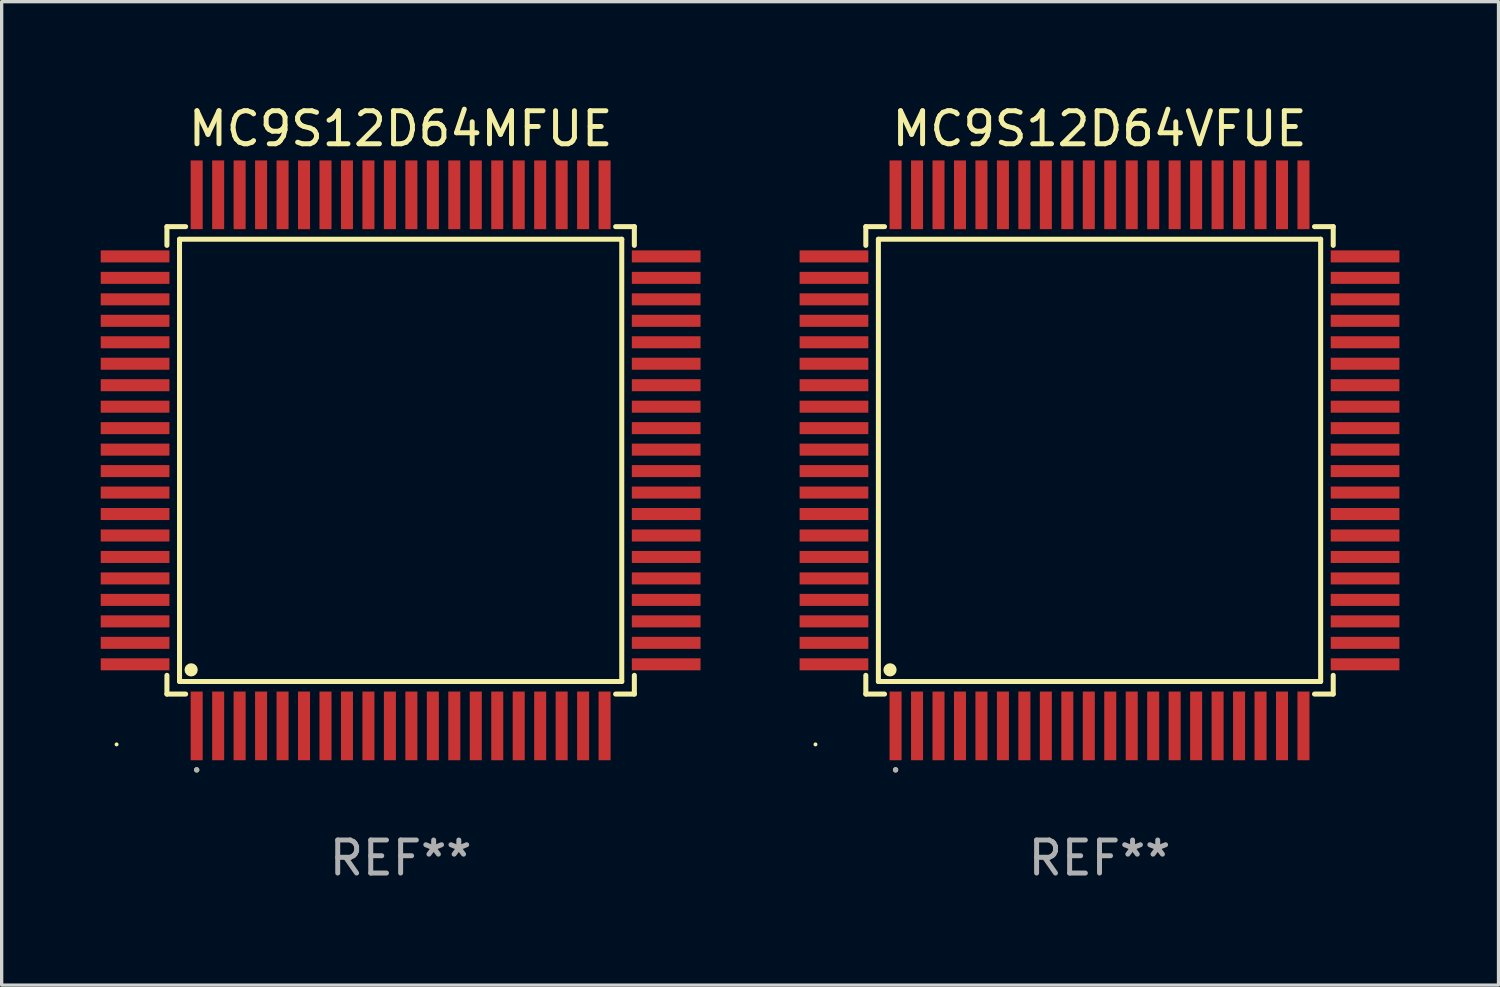
<source format=kicad_pcb>
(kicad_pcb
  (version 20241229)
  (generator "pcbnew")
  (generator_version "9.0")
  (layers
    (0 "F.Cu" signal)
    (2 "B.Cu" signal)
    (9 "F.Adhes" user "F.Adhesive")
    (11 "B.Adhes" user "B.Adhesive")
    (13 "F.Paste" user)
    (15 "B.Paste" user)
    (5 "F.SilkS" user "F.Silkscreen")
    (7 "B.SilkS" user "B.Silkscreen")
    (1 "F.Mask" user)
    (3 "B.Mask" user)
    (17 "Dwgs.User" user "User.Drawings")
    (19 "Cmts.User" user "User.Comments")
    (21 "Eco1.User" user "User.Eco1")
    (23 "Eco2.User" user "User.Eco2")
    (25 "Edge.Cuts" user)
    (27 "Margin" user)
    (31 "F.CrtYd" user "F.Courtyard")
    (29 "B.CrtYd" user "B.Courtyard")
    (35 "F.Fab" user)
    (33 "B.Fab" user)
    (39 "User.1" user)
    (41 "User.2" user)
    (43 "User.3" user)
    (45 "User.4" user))
  (footprint "MC9S12D64VFUE"
    (layer "F.Cu")
    (at 30.24 10.888)
    (property "Reference" "MC9S12D64VFUE" (at 0 -10.04 0) (layer "F.SilkS") (effects (font (size 1 1) (thickness 0.15))))
    (attr through_hole)
    (fp_line (start -7.076 -7.076) (end -7.076 -6.509) (stroke (width 0.152) (type solid)) (layer "F.SilkS"))
    (fp_line (start -7.076 7.076) (end -7.076 6.509) (stroke (width 0.152) (type solid)) (layer "F.SilkS"))
    (fp_line (start -6.695 -6.695) (end 6.695 -6.695) (stroke (width 0.152) (type solid)) (layer "F.SilkS"))
    (fp_line (start -6.695 6.695) (end -6.695 -6.695) (stroke (width 0.152) (type solid)) (layer "F.SilkS"))
    (fp_line (start -6.509 -7.076) (end -7.076 -7.076) (stroke (width 0.152) (type solid)) (layer "F.SilkS"))
    (fp_line (start -6.509 7.076) (end -7.076 7.076) (stroke (width 0.152) (type solid)) (layer "F.SilkS"))
    (fp_line (start 6.509 -7.076) (end 7.076 -7.076) (stroke (width 0.152) (type solid)) (layer "F.SilkS"))
    (fp_line (start 6.509 7.076) (end 7.076 7.076) (stroke (width 0.152) (type solid)) (layer "F.SilkS"))
    (fp_line (start 6.695 -6.695) (end 6.695 6.695) (stroke (width 0.152) (type solid)) (layer "F.SilkS"))
    (fp_line (start 6.695 6.695) (end -6.695 6.695) (stroke (width 0.152) (type solid)) (layer "F.SilkS"))
    (fp_line (start 7.076 -7.076) (end 7.076 -6.509) (stroke (width 0.152) (type solid)) (layer "F.SilkS"))
    (fp_line (start 7.076 7.076) (end 7.076 6.509) (stroke (width 0.152) (type solid)) (layer "F.SilkS"))
    (fp_circle (center -8.6 8.6) (end -8.57 8.6) (stroke (width 0.06) (type solid)) (fill no) (layer "F.SilkS"))
    (fp_circle (center -6.343 6.343) (end -6.243 6.343) (stroke (width 0.2) (type solid)) (fill no) (layer "F.SilkS"))
    (fp_circle (center -6.175 9.371) (end -6.135 9.371) (stroke (width 0.08) (type solid)) (fill no) (layer "F.SilkS"))
    (fp_circle (center -6.175 9.371) (end -6.135 9.371) (stroke (width 0.08) (type solid)) (fill no) (layer "F.Fab"))
    (fp_text user "REF**" (at 0 12.04 0) (layer "F.Fab") (effects (font (size 1 1) (thickness 0.15))))
    (pad "1" smd rect (at -6.175 8.04) (size 0.364 2.08) (layers "F.Cu" "F.Mask" "F.Paste"))
    (pad "2" smd rect (at -5.525 8.04) (size 0.364 2.08) (layers "F.Cu" "F.Mask" "F.Paste"))
    (pad "3" smd rect (at -4.875 8.04) (size 0.364 2.08) (layers "F.Cu" "F.Mask" "F.Paste"))
    (pad "4" smd rect (at -4.225 8.04) (size 0.364 2.08) (layers "F.Cu" "F.Mask" "F.Paste"))
    (pad "5" smd rect (at -3.575 8.04) (size 0.364 2.08) (layers "F.Cu" "F.Mask" "F.Paste"))
    (pad "6" smd rect (at -2.925 8.04) (size 0.364 2.08) (layers "F.Cu" "F.Mask" "F.Paste"))
    (pad "7" smd rect (at -2.275 8.04) (size 0.364 2.08) (layers "F.Cu" "F.Mask" "F.Paste"))
    (pad "8" smd rect (at -1.625 8.04) (size 0.364 2.08) (layers "F.Cu" "F.Mask" "F.Paste"))
    (pad "9" smd rect (at -0.975 8.04) (size 0.364 2.08) (layers "F.Cu" "F.Mask" "F.Paste"))
    (pad "10" smd rect (at -0.325 8.04) (size 0.364 2.08) (layers "F.Cu" "F.Mask" "F.Paste"))
    (pad "11" smd rect (at 0.325 8.04) (size 0.364 2.08) (layers "F.Cu" "F.Mask" "F.Paste"))
    (pad "12" smd rect (at 0.975 8.04) (size 0.364 2.08) (layers "F.Cu" "F.Mask" "F.Paste"))
    (pad "13" smd rect (at 1.625 8.04) (size 0.364 2.08) (layers "F.Cu" "F.Mask" "F.Paste"))
    (pad "14" smd rect (at 2.275 8.04) (size 0.364 2.08) (layers "F.Cu" "F.Mask" "F.Paste"))
    (pad "15" smd rect (at 2.925 8.04) (size 0.364 2.08) (layers "F.Cu" "F.Mask" "F.Paste"))
    (pad "16" smd rect (at 3.575 8.04) (size 0.364 2.08) (layers "F.Cu" "F.Mask" "F.Paste"))
    (pad "17" smd rect (at 4.225 8.04) (size 0.364 2.08) (layers "F.Cu" "F.Mask" "F.Paste"))
    (pad "18" smd rect (at 4.875 8.04) (size 0.364 2.08) (layers "F.Cu" "F.Mask" "F.Paste"))
    (pad "19" smd rect (at 5.525 8.04) (size 0.364 2.08) (layers "F.Cu" "F.Mask" "F.Paste"))
    (pad "20" smd rect (at 6.175 8.04) (size 0.364 2.08) (layers "F.Cu" "F.Mask" "F.Paste"))
    (pad "21" smd rect (at 8.04 6.175) (size 2.08 0.364) (layers "F.Cu" "F.Mask" "F.Paste"))
    (pad "22" smd rect (at 8.04 5.525) (size 2.08 0.364) (layers "F.Cu" "F.Mask" "F.Paste"))
    (pad "23" smd rect (at 8.04 4.875) (size 2.08 0.364) (layers "F.Cu" "F.Mask" "F.Paste"))
    (pad "24" smd rect (at 8.04 4.225) (size 2.08 0.364) (layers "F.Cu" "F.Mask" "F.Paste"))
    (pad "25" smd rect (at 8.04 3.575) (size 2.08 0.364) (layers "F.Cu" "F.Mask" "F.Paste"))
    (pad "26" smd rect (at 8.04 2.925) (size 2.08 0.364) (layers "F.Cu" "F.Mask" "F.Paste"))
    (pad "27" smd rect (at 8.04 2.275) (size 2.08 0.364) (layers "F.Cu" "F.Mask" "F.Paste"))
    (pad "28" smd rect (at 8.04 1.625) (size 2.08 0.364) (layers "F.Cu" "F.Mask" "F.Paste"))
    (pad "29" smd rect (at 8.04 0.975) (size 2.08 0.364) (layers "F.Cu" "F.Mask" "F.Paste"))
    (pad "30" smd rect (at 8.04 0.325) (size 2.08 0.364) (layers "F.Cu" "F.Mask" "F.Paste"))
    (pad "31" smd rect (at 8.04 -0.325) (size 2.08 0.364) (layers "F.Cu" "F.Mask" "F.Paste"))
    (pad "32" smd rect (at 8.04 -0.975) (size 2.08 0.364) (layers "F.Cu" "F.Mask" "F.Paste"))
    (pad "33" smd rect (at 8.04 -1.625) (size 2.08 0.364) (layers "F.Cu" "F.Mask" "F.Paste"))
    (pad "34" smd rect (at 8.04 -2.275) (size 2.08 0.364) (layers "F.Cu" "F.Mask" "F.Paste"))
    (pad "35" smd rect (at 8.04 -2.925) (size 2.08 0.364) (layers "F.Cu" "F.Mask" "F.Paste"))
    (pad "36" smd rect (at 8.04 -3.575) (size 2.08 0.364) (layers "F.Cu" "F.Mask" "F.Paste"))
    (pad "37" smd rect (at 8.04 -4.225) (size 2.08 0.364) (layers "F.Cu" "F.Mask" "F.Paste"))
    (pad "38" smd rect (at 8.04 -4.875) (size 2.08 0.364) (layers "F.Cu" "F.Mask" "F.Paste"))
    (pad "39" smd rect (at 8.04 -5.525) (size 2.08 0.364) (layers "F.Cu" "F.Mask" "F.Paste"))
    (pad "40" smd rect (at 8.04 -6.175) (size 2.08 0.364) (layers "F.Cu" "F.Mask" "F.Paste"))
    (pad "41" smd rect (at 6.175 -8.04) (size 0.364 2.08) (layers "F.Cu" "F.Mask" "F.Paste"))
    (pad "42" smd rect (at 5.525 -8.04) (size 0.364 2.08) (layers "F.Cu" "F.Mask" "F.Paste"))
    (pad "43" smd rect (at 4.875 -8.04) (size 0.364 2.08) (layers "F.Cu" "F.Mask" "F.Paste"))
    (pad "44" smd rect (at 4.225 -8.04) (size 0.364 2.08) (layers "F.Cu" "F.Mask" "F.Paste"))
    (pad "45" smd rect (at 3.575 -8.04) (size 0.364 2.08) (layers "F.Cu" "F.Mask" "F.Paste"))
    (pad "46" smd rect (at 2.925 -8.04) (size 0.364 2.08) (layers "F.Cu" "F.Mask" "F.Paste"))
    (pad "47" smd rect (at 2.275 -8.04) (size 0.364 2.08) (layers "F.Cu" "F.Mask" "F.Paste"))
    (pad "48" smd rect (at 1.625 -8.04) (size 0.364 2.08) (layers "F.Cu" "F.Mask" "F.Paste"))
    (pad "49" smd rect (at 0.975 -8.04) (size 0.364 2.08) (layers "F.Cu" "F.Mask" "F.Paste"))
    (pad "50" smd rect (at 0.325 -8.04) (size 0.364 2.08) (layers "F.Cu" "F.Mask" "F.Paste"))
    (pad "51" smd rect (at -0.325 -8.04) (size 0.364 2.08) (layers "F.Cu" "F.Mask" "F.Paste"))
    (pad "52" smd rect (at -0.975 -8.04) (size 0.364 2.08) (layers "F.Cu" "F.Mask" "F.Paste"))
    (pad "53" smd rect (at -1.625 -8.04) (size 0.364 2.08) (layers "F.Cu" "F.Mask" "F.Paste"))
    (pad "54" smd rect (at -2.275 -8.04) (size 0.364 2.08) (layers "F.Cu" "F.Mask" "F.Paste"))
    (pad "55" smd rect (at -2.925 -8.04) (size 0.364 2.08) (layers "F.Cu" "F.Mask" "F.Paste"))
    (pad "56" smd rect (at -3.575 -8.04) (size 0.364 2.08) (layers "F.Cu" "F.Mask" "F.Paste"))
    (pad "57" smd rect (at -4.225 -8.04) (size 0.364 2.08) (layers "F.Cu" "F.Mask" "F.Paste"))
    (pad "58" smd rect (at -4.875 -8.04) (size 0.364 2.08) (layers "F.Cu" "F.Mask" "F.Paste"))
    (pad "59" smd rect (at -5.525 -8.04) (size 0.364 2.08) (layers "F.Cu" "F.Mask" "F.Paste"))
    (pad "60" smd rect (at -6.175 -8.04) (size 0.364 2.08) (layers "F.Cu" "F.Mask" "F.Paste"))
    (pad "61" smd rect (at -8.04 -6.175) (size 2.08 0.364) (layers "F.Cu" "F.Mask" "F.Paste"))
    (pad "62" smd rect (at -8.04 -5.525) (size 2.08 0.364) (layers "F.Cu" "F.Mask" "F.Paste"))
    (pad "63" smd rect (at -8.04 -4.875) (size 2.08 0.364) (layers "F.Cu" "F.Mask" "F.Paste"))
    (pad "64" smd rect (at -8.04 -4.225) (size 2.08 0.364) (layers "F.Cu" "F.Mask" "F.Paste"))
    (pad "65" smd rect (at -8.04 -3.575) (size 2.08 0.364) (layers "F.Cu" "F.Mask" "F.Paste"))
    (pad "66" smd rect (at -8.04 -2.925) (size 2.08 0.364) (layers "F.Cu" "F.Mask" "F.Paste"))
    (pad "67" smd rect (at -8.04 -2.275) (size 2.08 0.364) (layers "F.Cu" "F.Mask" "F.Paste"))
    (pad "68" smd rect (at -8.04 -1.625) (size 2.08 0.364) (layers "F.Cu" "F.Mask" "F.Paste"))
    (pad "69" smd rect (at -8.04 -0.975) (size 2.08 0.364) (layers "F.Cu" "F.Mask" "F.Paste"))
    (pad "70" smd rect (at -8.04 -0.325) (size 2.08 0.364) (layers "F.Cu" "F.Mask" "F.Paste"))
    (pad "71" smd rect (at -8.04 0.325) (size 2.08 0.364) (layers "F.Cu" "F.Mask" "F.Paste"))
    (pad "72" smd rect (at -8.04 0.975) (size 2.08 0.364) (layers "F.Cu" "F.Mask" "F.Paste"))
    (pad "73" smd rect (at -8.04 1.625) (size 2.08 0.364) (layers "F.Cu" "F.Mask" "F.Paste"))
    (pad "74" smd rect (at -8.04 2.275) (size 2.08 0.364) (layers "F.Cu" "F.Mask" "F.Paste"))
    (pad "75" smd rect (at -8.04 2.925) (size 2.08 0.364) (layers "F.Cu" "F.Mask" "F.Paste"))
    (pad "76" smd rect (at -8.04 3.575) (size 2.08 0.364) (layers "F.Cu" "F.Mask" "F.Paste"))
    (pad "77" smd rect (at -8.04 4.225) (size 2.08 0.364) (layers "F.Cu" "F.Mask" "F.Paste"))
    (pad "78" smd rect (at -8.04 4.875) (size 2.08 0.364) (layers "F.Cu" "F.Mask" "F.Paste"))
    (pad "79" smd rect (at -8.04 5.525) (size 2.08 0.364) (layers "F.Cu" "F.Mask" "F.Paste"))
    (pad "80" smd rect (at -8.04 6.175) (size 2.08 0.364) (layers "F.Cu" "F.Mask" "F.Paste")))
  (footprint "MC9S12D64MFUE"
    (layer "F.Cu")
    (at 9.08 10.888)
    (property "Reference" "MC9S12D64MFUE" (at 0 -10.04 0) (layer "F.SilkS") (effects (font (size 1 1) (thickness 0.15))))
    (attr through_hole)
    (fp_line (start -7.076 -7.076) (end -7.076 -6.509) (stroke (width 0.152) (type solid)) (layer "F.SilkS"))
    (fp_line (start -7.076 7.076) (end -7.076 6.509) (stroke (width 0.152) (type solid)) (layer "F.SilkS"))
    (fp_line (start -6.695 -6.695) (end 6.695 -6.695) (stroke (width 0.152) (type solid)) (layer "F.SilkS"))
    (fp_line (start -6.695 6.695) (end -6.695 -6.695) (stroke (width 0.152) (type solid)) (layer "F.SilkS"))
    (fp_line (start -6.509 -7.076) (end -7.076 -7.076) (stroke (width 0.152) (type solid)) (layer "F.SilkS"))
    (fp_line (start -6.509 7.076) (end -7.076 7.076) (stroke (width 0.152) (type solid)) (layer "F.SilkS"))
    (fp_line (start 6.509 -7.076) (end 7.076 -7.076) (stroke (width 0.152) (type solid)) (layer "F.SilkS"))
    (fp_line (start 6.509 7.076) (end 7.076 7.076) (stroke (width 0.152) (type solid)) (layer "F.SilkS"))
    (fp_line (start 6.695 -6.695) (end 6.695 6.695) (stroke (width 0.152) (type solid)) (layer "F.SilkS"))
    (fp_line (start 6.695 6.695) (end -6.695 6.695) (stroke (width 0.152) (type solid)) (layer "F.SilkS"))
    (fp_line (start 7.076 -7.076) (end 7.076 -6.509) (stroke (width 0.152) (type solid)) (layer "F.SilkS"))
    (fp_line (start 7.076 7.076) (end 7.076 6.509) (stroke (width 0.152) (type solid)) (layer "F.SilkS"))
    (fp_circle (center -8.6 8.6) (end -8.57 8.6) (stroke (width 0.06) (type solid)) (fill no) (layer "F.SilkS"))
    (fp_circle (center -6.343 6.343) (end -6.243 6.343) (stroke (width 0.2) (type solid)) (fill no) (layer "F.SilkS"))
    (fp_circle (center -6.175 9.371) (end -6.135 9.371) (stroke (width 0.08) (type solid)) (fill no) (layer "F.SilkS"))
    (fp_circle (center -6.175 9.371) (end -6.135 9.371) (stroke (width 0.08) (type solid)) (fill no) (layer "F.Fab"))
    (fp_text user "REF**" (at 0 12.04 0) (layer "F.Fab") (effects (font (size 1 1) (thickness 0.15))))
    (pad "1" smd rect (at -6.175 8.04) (size 0.364 2.08) (layers "F.Cu" "F.Mask" "F.Paste"))
    (pad "2" smd rect (at -5.525 8.04) (size 0.364 2.08) (layers "F.Cu" "F.Mask" "F.Paste"))
    (pad "3" smd rect (at -4.875 8.04) (size 0.364 2.08) (layers "F.Cu" "F.Mask" "F.Paste"))
    (pad "4" smd rect (at -4.225 8.04) (size 0.364 2.08) (layers "F.Cu" "F.Mask" "F.Paste"))
    (pad "5" smd rect (at -3.575 8.04) (size 0.364 2.08) (layers "F.Cu" "F.Mask" "F.Paste"))
    (pad "6" smd rect (at -2.925 8.04) (size 0.364 2.08) (layers "F.Cu" "F.Mask" "F.Paste"))
    (pad "7" smd rect (at -2.275 8.04) (size 0.364 2.08) (layers "F.Cu" "F.Mask" "F.Paste"))
    (pad "8" smd rect (at -1.625 8.04) (size 0.364 2.08) (layers "F.Cu" "F.Mask" "F.Paste"))
    (pad "9" smd rect (at -0.975 8.04) (size 0.364 2.08) (layers "F.Cu" "F.Mask" "F.Paste"))
    (pad "10" smd rect (at -0.325 8.04) (size 0.364 2.08) (layers "F.Cu" "F.Mask" "F.Paste"))
    (pad "11" smd rect (at 0.325 8.04) (size 0.364 2.08) (layers "F.Cu" "F.Mask" "F.Paste"))
    (pad "12" smd rect (at 0.975 8.04) (size 0.364 2.08) (layers "F.Cu" "F.Mask" "F.Paste"))
    (pad "13" smd rect (at 1.625 8.04) (size 0.364 2.08) (layers "F.Cu" "F.Mask" "F.Paste"))
    (pad "14" smd rect (at 2.275 8.04) (size 0.364 2.08) (layers "F.Cu" "F.Mask" "F.Paste"))
    (pad "15" smd rect (at 2.925 8.04) (size 0.364 2.08) (layers "F.Cu" "F.Mask" "F.Paste"))
    (pad "16" smd rect (at 3.575 8.04) (size 0.364 2.08) (layers "F.Cu" "F.Mask" "F.Paste"))
    (pad "17" smd rect (at 4.225 8.04) (size 0.364 2.08) (layers "F.Cu" "F.Mask" "F.Paste"))
    (pad "18" smd rect (at 4.875 8.04) (size 0.364 2.08) (layers "F.Cu" "F.Mask" "F.Paste"))
    (pad "19" smd rect (at 5.525 8.04) (size 0.364 2.08) (layers "F.Cu" "F.Mask" "F.Paste"))
    (pad "20" smd rect (at 6.175 8.04) (size 0.364 2.08) (layers "F.Cu" "F.Mask" "F.Paste"))
    (pad "21" smd rect (at 8.04 6.175) (size 2.08 0.364) (layers "F.Cu" "F.Mask" "F.Paste"))
    (pad "22" smd rect (at 8.04 5.525) (size 2.08 0.364) (layers "F.Cu" "F.Mask" "F.Paste"))
    (pad "23" smd rect (at 8.04 4.875) (size 2.08 0.364) (layers "F.Cu" "F.Mask" "F.Paste"))
    (pad "24" smd rect (at 8.04 4.225) (size 2.08 0.364) (layers "F.Cu" "F.Mask" "F.Paste"))
    (pad "25" smd rect (at 8.04 3.575) (size 2.08 0.364) (layers "F.Cu" "F.Mask" "F.Paste"))
    (pad "26" smd rect (at 8.04 2.925) (size 2.08 0.364) (layers "F.Cu" "F.Mask" "F.Paste"))
    (pad "27" smd rect (at 8.04 2.275) (size 2.08 0.364) (layers "F.Cu" "F.Mask" "F.Paste"))
    (pad "28" smd rect (at 8.04 1.625) (size 2.08 0.364) (layers "F.Cu" "F.Mask" "F.Paste"))
    (pad "29" smd rect (at 8.04 0.975) (size 2.08 0.364) (layers "F.Cu" "F.Mask" "F.Paste"))
    (pad "30" smd rect (at 8.04 0.325) (size 2.08 0.364) (layers "F.Cu" "F.Mask" "F.Paste"))
    (pad "31" smd rect (at 8.04 -0.325) (size 2.08 0.364) (layers "F.Cu" "F.Mask" "F.Paste"))
    (pad "32" smd rect (at 8.04 -0.975) (size 2.08 0.364) (layers "F.Cu" "F.Mask" "F.Paste"))
    (pad "33" smd rect (at 8.04 -1.625) (size 2.08 0.364) (layers "F.Cu" "F.Mask" "F.Paste"))
    (pad "34" smd rect (at 8.04 -2.275) (size 2.08 0.364) (layers "F.Cu" "F.Mask" "F.Paste"))
    (pad "35" smd rect (at 8.04 -2.925) (size 2.08 0.364) (layers "F.Cu" "F.Mask" "F.Paste"))
    (pad "36" smd rect (at 8.04 -3.575) (size 2.08 0.364) (layers "F.Cu" "F.Mask" "F.Paste"))
    (pad "37" smd rect (at 8.04 -4.225) (size 2.08 0.364) (layers "F.Cu" "F.Mask" "F.Paste"))
    (pad "38" smd rect (at 8.04 -4.875) (size 2.08 0.364) (layers "F.Cu" "F.Mask" "F.Paste"))
    (pad "39" smd rect (at 8.04 -5.525) (size 2.08 0.364) (layers "F.Cu" "F.Mask" "F.Paste"))
    (pad "40" smd rect (at 8.04 -6.175) (size 2.08 0.364) (layers "F.Cu" "F.Mask" "F.Paste"))
    (pad "41" smd rect (at 6.175 -8.04) (size 0.364 2.08) (layers "F.Cu" "F.Mask" "F.Paste"))
    (pad "42" smd rect (at 5.525 -8.04) (size 0.364 2.08) (layers "F.Cu" "F.Mask" "F.Paste"))
    (pad "43" smd rect (at 4.875 -8.04) (size 0.364 2.08) (layers "F.Cu" "F.Mask" "F.Paste"))
    (pad "44" smd rect (at 4.225 -8.04) (size 0.364 2.08) (layers "F.Cu" "F.Mask" "F.Paste"))
    (pad "45" smd rect (at 3.575 -8.04) (size 0.364 2.08) (layers "F.Cu" "F.Mask" "F.Paste"))
    (pad "46" smd rect (at 2.925 -8.04) (size 0.364 2.08) (layers "F.Cu" "F.Mask" "F.Paste"))
    (pad "47" smd rect (at 2.275 -8.04) (size 0.364 2.08) (layers "F.Cu" "F.Mask" "F.Paste"))
    (pad "48" smd rect (at 1.625 -8.04) (size 0.364 2.08) (layers "F.Cu" "F.Mask" "F.Paste"))
    (pad "49" smd rect (at 0.975 -8.04) (size 0.364 2.08) (layers "F.Cu" "F.Mask" "F.Paste"))
    (pad "50" smd rect (at 0.325 -8.04) (size 0.364 2.08) (layers "F.Cu" "F.Mask" "F.Paste"))
    (pad "51" smd rect (at -0.325 -8.04) (size 0.364 2.08) (layers "F.Cu" "F.Mask" "F.Paste"))
    (pad "52" smd rect (at -0.975 -8.04) (size 0.364 2.08) (layers "F.Cu" "F.Mask" "F.Paste"))
    (pad "53" smd rect (at -1.625 -8.04) (size 0.364 2.08) (layers "F.Cu" "F.Mask" "F.Paste"))
    (pad "54" smd rect (at -2.275 -8.04) (size 0.364 2.08) (layers "F.Cu" "F.Mask" "F.Paste"))
    (pad "55" smd rect (at -2.925 -8.04) (size 0.364 2.08) (layers "F.Cu" "F.Mask" "F.Paste"))
    (pad "56" smd rect (at -3.575 -8.04) (size 0.364 2.08) (layers "F.Cu" "F.Mask" "F.Paste"))
    (pad "57" smd rect (at -4.225 -8.04) (size 0.364 2.08) (layers "F.Cu" "F.Mask" "F.Paste"))
    (pad "58" smd rect (at -4.875 -8.04) (size 0.364 2.08) (layers "F.Cu" "F.Mask" "F.Paste"))
    (pad "59" smd rect (at -5.525 -8.04) (size 0.364 2.08) (layers "F.Cu" "F.Mask" "F.Paste"))
    (pad "60" smd rect (at -6.175 -8.04) (size 0.364 2.08) (layers "F.Cu" "F.Mask" "F.Paste"))
    (pad "61" smd rect (at -8.04 -6.175) (size 2.08 0.364) (layers "F.Cu" "F.Mask" "F.Paste"))
    (pad "62" smd rect (at -8.04 -5.525) (size 2.08 0.364) (layers "F.Cu" "F.Mask" "F.Paste"))
    (pad "63" smd rect (at -8.04 -4.875) (size 2.08 0.364) (layers "F.Cu" "F.Mask" "F.Paste"))
    (pad "64" smd rect (at -8.04 -4.225) (size 2.08 0.364) (layers "F.Cu" "F.Mask" "F.Paste"))
    (pad "65" smd rect (at -8.04 -3.575) (size 2.08 0.364) (layers "F.Cu" "F.Mask" "F.Paste"))
    (pad "66" smd rect (at -8.04 -2.925) (size 2.08 0.364) (layers "F.Cu" "F.Mask" "F.Paste"))
    (pad "67" smd rect (at -8.04 -2.275) (size 2.08 0.364) (layers "F.Cu" "F.Mask" "F.Paste"))
    (pad "68" smd rect (at -8.04 -1.625) (size 2.08 0.364) (layers "F.Cu" "F.Mask" "F.Paste"))
    (pad "69" smd rect (at -8.04 -0.975) (size 2.08 0.364) (layers "F.Cu" "F.Mask" "F.Paste"))
    (pad "70" smd rect (at -8.04 -0.325) (size 2.08 0.364) (layers "F.Cu" "F.Mask" "F.Paste"))
    (pad "71" smd rect (at -8.04 0.325) (size 2.08 0.364) (layers "F.Cu" "F.Mask" "F.Paste"))
    (pad "72" smd rect (at -8.04 0.975) (size 2.08 0.364) (layers "F.Cu" "F.Mask" "F.Paste"))
    (pad "73" smd rect (at -8.04 1.625) (size 2.08 0.364) (layers "F.Cu" "F.Mask" "F.Paste"))
    (pad "74" smd rect (at -8.04 2.275) (size 2.08 0.364) (layers "F.Cu" "F.Mask" "F.Paste"))
    (pad "75" smd rect (at -8.04 2.925) (size 2.08 0.364) (layers "F.Cu" "F.Mask" "F.Paste"))
    (pad "76" smd rect (at -8.04 3.575) (size 2.08 0.364) (layers "F.Cu" "F.Mask" "F.Paste"))
    (pad "77" smd rect (at -8.04 4.225) (size 2.08 0.364) (layers "F.Cu" "F.Mask" "F.Paste"))
    (pad "78" smd rect (at -8.04 4.875) (size 2.08 0.364) (layers "F.Cu" "F.Mask" "F.Paste"))
    (pad "79" smd rect (at -8.04 5.525) (size 2.08 0.364) (layers "F.Cu" "F.Mask" "F.Paste"))
    (pad "80" smd rect (at -8.04 6.175) (size 2.08 0.364) (layers "F.Cu" "F.Mask" "F.Paste")))
  (gr_rect
    (start -3 -3)
    (end 42.32 26.776)
    (stroke (width 0.1) (type default))
    (fill no)
    (layer "Edge.Cuts")))
</source>
